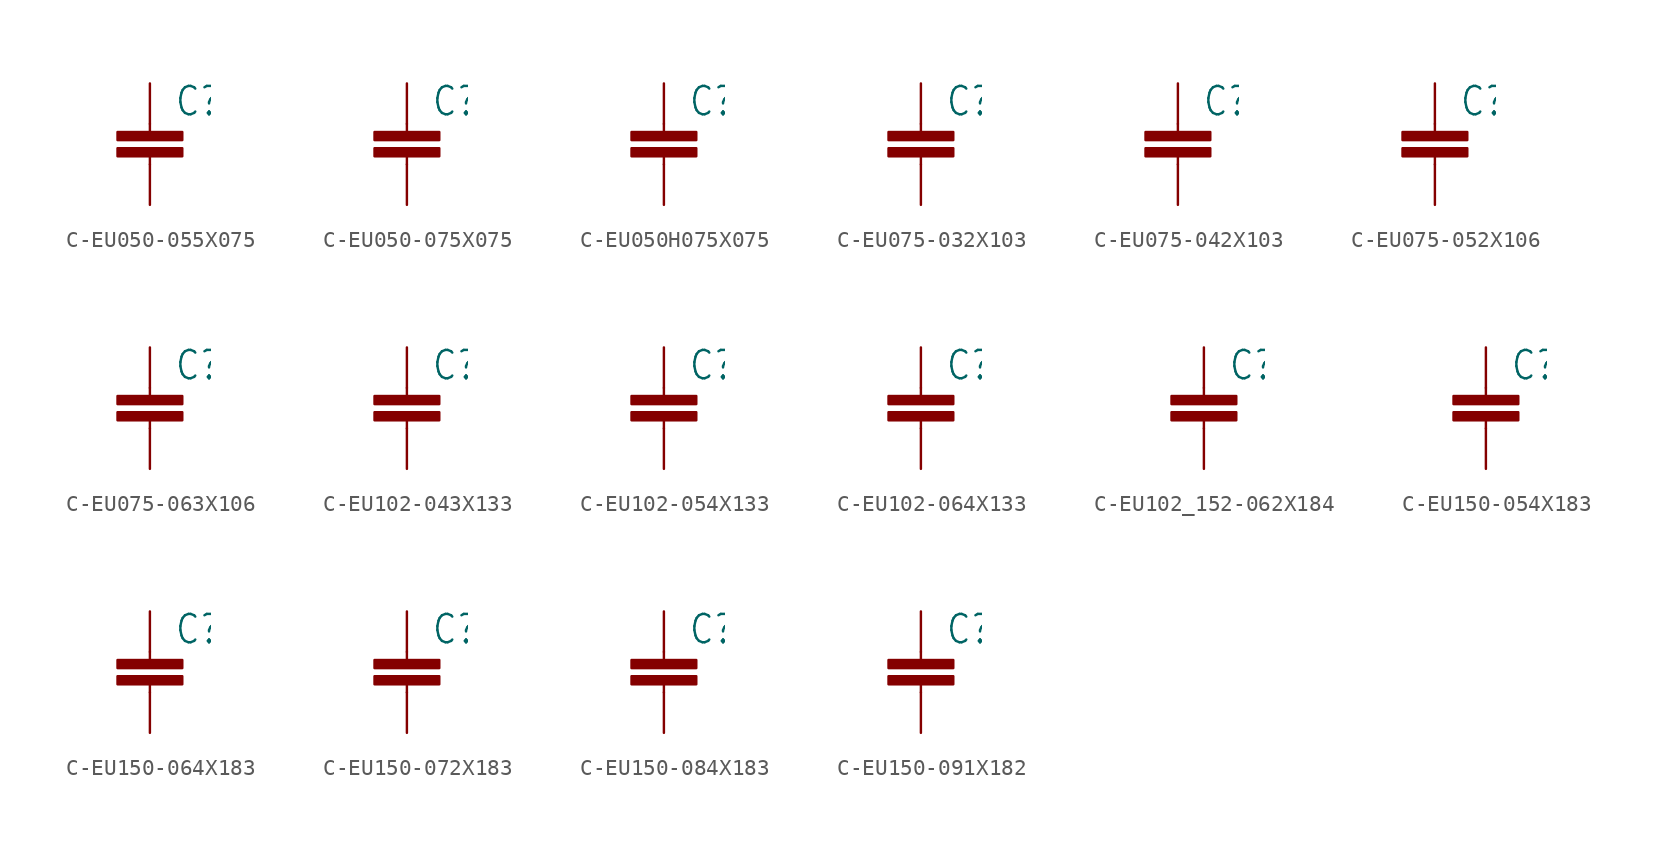
<source format=kicad_sym>
(kicad_symbol_lib
  (version 20231120)
  (generator "kicad_symbol_editor")
  (generator_version "8.0")
  (symbol "C-EU050-055X075"
    (property "Reference" "C"
      (at 1.524 0.381 0)
      (effects (font (size 1.778 1.511)) (justify left bottom)))
    (property "Value" ""
      (at 1.524 -4.699 0)
      (effects (font (size 1.778 1.511)) (justify left bottom)))
    (property "ki_locked" ""
      (at 0 0 0)
      (effects (font (size 1.27 1.27))))
    (symbol "C-EU050-055X075_1_0"
      (rectangle (start -2.032 -2.032) (end 2.032 -1.524) (stroke (width 0) (type default)) (fill (type outline)))
      (rectangle (start -2.032 -1.016) (end 2.032 -0.508) (stroke (width 0) (type default)) (fill (type outline)))
      (polyline (pts (xy 0 -2.54) (xy 0 -2.032)) (stroke (width 0.152) (type solid)) (fill (type none)))
      (polyline (pts (xy 0 0) (xy 0 -0.508)) (stroke (width 0.152) (type solid)) (fill (type none)))
      (pin passive line (at 0 2.54 270) (length 2.54) (name "1" (effects (font (size 0 0)))) (number "1" (effects (font (size 0 0)))))
      (pin passive line (at 0 -5.08 90) (length 2.54) (name "2" (effects (font (size 0 0)))) (number "2" (effects (font (size 0 0)))))))
  (symbol "C-EU050-075X075"
    (property "Reference" "C"
      (at 1.524 0.381 0)
      (effects (font (size 1.778 1.511)) (justify left bottom)))
    (property "Value" ""
      (at 1.524 -4.699 0)
      (effects (font (size 1.778 1.511)) (justify left bottom)))
    (property "ki_locked" ""
      (at 0 0 0)
      (effects (font (size 1.27 1.27))))
    (symbol "C-EU050-075X075_1_0"
      (rectangle (start -2.032 -2.032) (end 2.032 -1.524) (stroke (width 0) (type default)) (fill (type outline)))
      (rectangle (start -2.032 -1.016) (end 2.032 -0.508) (stroke (width 0) (type default)) (fill (type outline)))
      (polyline (pts (xy 0 -2.54) (xy 0 -2.032)) (stroke (width 0.152) (type solid)) (fill (type none)))
      (polyline (pts (xy 0 0) (xy 0 -0.508)) (stroke (width 0.152) (type solid)) (fill (type none)))
      (pin passive line (at 0 2.54 270) (length 2.54) (name "1" (effects (font (size 0 0)))) (number "1" (effects (font (size 0 0)))))
      (pin passive line (at 0 -5.08 90) (length 2.54) (name "2" (effects (font (size 0 0)))) (number "2" (effects (font (size 0 0)))))))
  (symbol "C-EU050H075X075"
    (property "Reference" "C"
      (at 1.524 0.381 0)
      (effects (font (size 1.778 1.511)) (justify left bottom)))
    (property "Value" ""
      (at 1.524 -4.699 0)
      (effects (font (size 1.778 1.511)) (justify left bottom)))
    (property "ki_locked" ""
      (at 0 0 0)
      (effects (font (size 1.27 1.27))))
    (symbol "C-EU050H075X075_1_0"
      (rectangle (start -2.032 -2.032) (end 2.032 -1.524) (stroke (width 0) (type default)) (fill (type outline)))
      (rectangle (start -2.032 -1.016) (end 2.032 -0.508) (stroke (width 0) (type default)) (fill (type outline)))
      (polyline (pts (xy 0 -2.54) (xy 0 -2.032)) (stroke (width 0.152) (type solid)) (fill (type none)))
      (polyline (pts (xy 0 0) (xy 0 -0.508)) (stroke (width 0.152) (type solid)) (fill (type none)))
      (pin passive line (at 0 2.54 270) (length 2.54) (name "1" (effects (font (size 0 0)))) (number "1" (effects (font (size 0 0)))))
      (pin passive line (at 0 -5.08 90) (length 2.54) (name "2" (effects (font (size 0 0)))) (number "2" (effects (font (size 0 0)))))))
  (symbol "C-EU075-032X103"
    (property "Reference" "C"
      (at 1.524 0.381 0)
      (effects (font (size 1.778 1.511)) (justify left bottom)))
    (property "Value" ""
      (at 1.524 -4.699 0)
      (effects (font (size 1.778 1.511)) (justify left bottom)))
    (property "ki_locked" ""
      (at 0 0 0)
      (effects (font (size 1.27 1.27))))
    (symbol "C-EU075-032X103_1_0"
      (rectangle (start -2.032 -2.032) (end 2.032 -1.524) (stroke (width 0) (type default)) (fill (type outline)))
      (rectangle (start -2.032 -1.016) (end 2.032 -0.508) (stroke (width 0) (type default)) (fill (type outline)))
      (polyline (pts (xy 0 -2.54) (xy 0 -2.032)) (stroke (width 0.152) (type solid)) (fill (type none)))
      (polyline (pts (xy 0 0) (xy 0 -0.508)) (stroke (width 0.152) (type solid)) (fill (type none)))
      (pin passive line (at 0 2.54 270) (length 2.54) (name "1" (effects (font (size 0 0)))) (number "1" (effects (font (size 0 0)))))
      (pin passive line (at 0 -5.08 90) (length 2.54) (name "2" (effects (font (size 0 0)))) (number "2" (effects (font (size 0 0)))))))
  (symbol "C-EU075-042X103"
    (property "Reference" "C"
      (at 1.524 0.381 0)
      (effects (font (size 1.778 1.511)) (justify left bottom)))
    (property "Value" ""
      (at 1.524 -4.699 0)
      (effects (font (size 1.778 1.511)) (justify left bottom)))
    (property "ki_locked" ""
      (at 0 0 0)
      (effects (font (size 1.27 1.27))))
    (symbol "C-EU075-042X103_1_0"
      (rectangle (start -2.032 -2.032) (end 2.032 -1.524) (stroke (width 0) (type default)) (fill (type outline)))
      (rectangle (start -2.032 -1.016) (end 2.032 -0.508) (stroke (width 0) (type default)) (fill (type outline)))
      (polyline (pts (xy 0 -2.54) (xy 0 -2.032)) (stroke (width 0.152) (type solid)) (fill (type none)))
      (polyline (pts (xy 0 0) (xy 0 -0.508)) (stroke (width 0.152) (type solid)) (fill (type none)))
      (pin passive line (at 0 2.54 270) (length 2.54) (name "1" (effects (font (size 0 0)))) (number "1" (effects (font (size 0 0)))))
      (pin passive line (at 0 -5.08 90) (length 2.54) (name "2" (effects (font (size 0 0)))) (number "2" (effects (font (size 0 0)))))))
  (symbol "C-EU075-052X106"
    (property "Reference" "C"
      (at 1.524 0.381 0)
      (effects (font (size 1.778 1.511)) (justify left bottom)))
    (property "Value" ""
      (at 1.524 -4.699 0)
      (effects (font (size 1.778 1.511)) (justify left bottom)))
    (property "ki_locked" ""
      (at 0 0 0)
      (effects (font (size 1.27 1.27))))
    (symbol "C-EU075-052X106_1_0"
      (rectangle (start -2.032 -2.032) (end 2.032 -1.524) (stroke (width 0) (type default)) (fill (type outline)))
      (rectangle (start -2.032 -1.016) (end 2.032 -0.508) (stroke (width 0) (type default)) (fill (type outline)))
      (polyline (pts (xy 0 -2.54) (xy 0 -2.032)) (stroke (width 0.152) (type solid)) (fill (type none)))
      (polyline (pts (xy 0 0) (xy 0 -0.508)) (stroke (width 0.152) (type solid)) (fill (type none)))
      (pin passive line (at 0 2.54 270) (length 2.54) (name "1" (effects (font (size 0 0)))) (number "1" (effects (font (size 0 0)))))
      (pin passive line (at 0 -5.08 90) (length 2.54) (name "2" (effects (font (size 0 0)))) (number "2" (effects (font (size 0 0)))))))
  (symbol "C-EU075-063X106"
    (property "Reference" "C"
      (at 1.524 0.381 0)
      (effects (font (size 1.778 1.511)) (justify left bottom)))
    (property "Value" ""
      (at 1.524 -4.699 0)
      (effects (font (size 1.778 1.511)) (justify left bottom)))
    (property "ki_locked" ""
      (at 0 0 0)
      (effects (font (size 1.27 1.27))))
    (symbol "C-EU075-063X106_1_0"
      (rectangle (start -2.032 -2.032) (end 2.032 -1.524) (stroke (width 0) (type default)) (fill (type outline)))
      (rectangle (start -2.032 -1.016) (end 2.032 -0.508) (stroke (width 0) (type default)) (fill (type outline)))
      (polyline (pts (xy 0 -2.54) (xy 0 -2.032)) (stroke (width 0.152) (type solid)) (fill (type none)))
      (polyline (pts (xy 0 0) (xy 0 -0.508)) (stroke (width 0.152) (type solid)) (fill (type none)))
      (pin passive line (at 0 2.54 270) (length 2.54) (name "1" (effects (font (size 0 0)))) (number "1" (effects (font (size 0 0)))))
      (pin passive line (at 0 -5.08 90) (length 2.54) (name "2" (effects (font (size 0 0)))) (number "2" (effects (font (size 0 0)))))))
  (symbol "C-EU102-043X133"
    (property "Reference" "C"
      (at 1.524 0.381 0)
      (effects (font (size 1.778 1.511)) (justify left bottom)))
    (property "Value" ""
      (at 1.524 -4.699 0)
      (effects (font (size 1.778 1.511)) (justify left bottom)))
    (property "ki_locked" ""
      (at 0 0 0)
      (effects (font (size 1.27 1.27))))
    (symbol "C-EU102-043X133_1_0"
      (rectangle (start -2.032 -2.032) (end 2.032 -1.524) (stroke (width 0) (type default)) (fill (type outline)))
      (rectangle (start -2.032 -1.016) (end 2.032 -0.508) (stroke (width 0) (type default)) (fill (type outline)))
      (polyline (pts (xy 0 -2.54) (xy 0 -2.032)) (stroke (width 0.152) (type solid)) (fill (type none)))
      (polyline (pts (xy 0 0) (xy 0 -0.508)) (stroke (width 0.152) (type solid)) (fill (type none)))
      (pin passive line (at 0 2.54 270) (length 2.54) (name "1" (effects (font (size 0 0)))) (number "1" (effects (font (size 0 0)))))
      (pin passive line (at 0 -5.08 90) (length 2.54) (name "2" (effects (font (size 0 0)))) (number "2" (effects (font (size 0 0)))))))
  (symbol "C-EU102-054X133"
    (property "Reference" "C"
      (at 1.524 0.381 0)
      (effects (font (size 1.778 1.511)) (justify left bottom)))
    (property "Value" ""
      (at 1.524 -4.699 0)
      (effects (font (size 1.778 1.511)) (justify left bottom)))
    (property "ki_locked" ""
      (at 0 0 0)
      (effects (font (size 1.27 1.27))))
    (symbol "C-EU102-054X133_1_0"
      (rectangle (start -2.032 -2.032) (end 2.032 -1.524) (stroke (width 0) (type default)) (fill (type outline)))
      (rectangle (start -2.032 -1.016) (end 2.032 -0.508) (stroke (width 0) (type default)) (fill (type outline)))
      (polyline (pts (xy 0 -2.54) (xy 0 -2.032)) (stroke (width 0.152) (type solid)) (fill (type none)))
      (polyline (pts (xy 0 0) (xy 0 -0.508)) (stroke (width 0.152) (type solid)) (fill (type none)))
      (pin passive line (at 0 2.54 270) (length 2.54) (name "1" (effects (font (size 0 0)))) (number "1" (effects (font (size 0 0)))))
      (pin passive line (at 0 -5.08 90) (length 2.54) (name "2" (effects (font (size 0 0)))) (number "2" (effects (font (size 0 0)))))))
  (symbol "C-EU102-064X133"
    (property "Reference" "C"
      (at 1.524 0.381 0)
      (effects (font (size 1.778 1.511)) (justify left bottom)))
    (property "Value" ""
      (at 1.524 -4.699 0)
      (effects (font (size 1.778 1.511)) (justify left bottom)))
    (property "ki_locked" ""
      (at 0 0 0)
      (effects (font (size 1.27 1.27))))
    (symbol "C-EU102-064X133_1_0"
      (rectangle (start -2.032 -2.032) (end 2.032 -1.524) (stroke (width 0) (type default)) (fill (type outline)))
      (rectangle (start -2.032 -1.016) (end 2.032 -0.508) (stroke (width 0) (type default)) (fill (type outline)))
      (polyline (pts (xy 0 -2.54) (xy 0 -2.032)) (stroke (width 0.152) (type solid)) (fill (type none)))
      (polyline (pts (xy 0 0) (xy 0 -0.508)) (stroke (width 0.152) (type solid)) (fill (type none)))
      (pin passive line (at 0 2.54 270) (length 2.54) (name "1" (effects (font (size 0 0)))) (number "1" (effects (font (size 0 0)))))
      (pin passive line (at 0 -5.08 90) (length 2.54) (name "2" (effects (font (size 0 0)))) (number "2" (effects (font (size 0 0)))))))
  (symbol "C-EU102_152-062X184"
    (property "Reference" "C"
      (at 1.524 0.381 0)
      (effects (font (size 1.778 1.511)) (justify left bottom)))
    (property "Value" ""
      (at 1.524 -4.699 0)
      (effects (font (size 1.778 1.511)) (justify left bottom)))
    (property "ki_locked" ""
      (at 0 0 0)
      (effects (font (size 1.27 1.27))))
    (symbol "C-EU102_152-062X184_1_0"
      (rectangle (start -2.032 -2.032) (end 2.032 -1.524) (stroke (width 0) (type default)) (fill (type outline)))
      (rectangle (start -2.032 -1.016) (end 2.032 -0.508) (stroke (width 0) (type default)) (fill (type outline)))
      (polyline (pts (xy 0 -2.54) (xy 0 -2.032)) (stroke (width 0.152) (type solid)) (fill (type none)))
      (polyline (pts (xy 0 0) (xy 0 -0.508)) (stroke (width 0.152) (type solid)) (fill (type none)))
      (pin passive line (at 0 2.54 270) (length 2.54) (name "1" (effects (font (size 0 0)))) (number "1" (effects (font (size 0 0)))))
      (pin passive line (at 0 -5.08 90) (length 2.54) (name "2" (effects (font (size 0 0)))) (number "2" (effects (font (size 0 0)))))))
  (symbol "C-EU150-054X183"
    (property "Reference" "C"
      (at 1.524 0.381 0)
      (effects (font (size 1.778 1.511)) (justify left bottom)))
    (property "Value" ""
      (at 1.524 -4.699 0)
      (effects (font (size 1.778 1.511)) (justify left bottom)))
    (property "ki_locked" ""
      (at 0 0 0)
      (effects (font (size 1.27 1.27))))
    (symbol "C-EU150-054X183_1_0"
      (rectangle (start -2.032 -2.032) (end 2.032 -1.524) (stroke (width 0) (type default)) (fill (type outline)))
      (rectangle (start -2.032 -1.016) (end 2.032 -0.508) (stroke (width 0) (type default)) (fill (type outline)))
      (polyline (pts (xy 0 -2.54) (xy 0 -2.032)) (stroke (width 0.152) (type solid)) (fill (type none)))
      (polyline (pts (xy 0 0) (xy 0 -0.508)) (stroke (width 0.152) (type solid)) (fill (type none)))
      (pin passive line (at 0 2.54 270) (length 2.54) (name "1" (effects (font (size 0 0)))) (number "1" (effects (font (size 0 0)))))
      (pin passive line (at 0 -5.08 90) (length 2.54) (name "2" (effects (font (size 0 0)))) (number "2" (effects (font (size 0 0)))))))
  (symbol "C-EU150-064X183"
    (property "Reference" "C"
      (at 1.524 0.381 0)
      (effects (font (size 1.778 1.511)) (justify left bottom)))
    (property "Value" ""
      (at 1.524 -4.699 0)
      (effects (font (size 1.778 1.511)) (justify left bottom)))
    (property "ki_locked" ""
      (at 0 0 0)
      (effects (font (size 1.27 1.27))))
    (symbol "C-EU150-064X183_1_0"
      (rectangle (start -2.032 -2.032) (end 2.032 -1.524) (stroke (width 0) (type default)) (fill (type outline)))
      (rectangle (start -2.032 -1.016) (end 2.032 -0.508) (stroke (width 0) (type default)) (fill (type outline)))
      (polyline (pts (xy 0 -2.54) (xy 0 -2.032)) (stroke (width 0.152) (type solid)) (fill (type none)))
      (polyline (pts (xy 0 0) (xy 0 -0.508)) (stroke (width 0.152) (type solid)) (fill (type none)))
      (pin passive line (at 0 2.54 270) (length 2.54) (name "1" (effects (font (size 0 0)))) (number "1" (effects (font (size 0 0)))))
      (pin passive line (at 0 -5.08 90) (length 2.54) (name "2" (effects (font (size 0 0)))) (number "2" (effects (font (size 0 0)))))))
  (symbol "C-EU150-072X183"
    (property "Reference" "C"
      (at 1.524 0.381 0)
      (effects (font (size 1.778 1.511)) (justify left bottom)))
    (property "Value" ""
      (at 1.524 -4.699 0)
      (effects (font (size 1.778 1.511)) (justify left bottom)))
    (property "ki_locked" ""
      (at 0 0 0)
      (effects (font (size 1.27 1.27))))
    (symbol "C-EU150-072X183_1_0"
      (rectangle (start -2.032 -2.032) (end 2.032 -1.524) (stroke (width 0) (type default)) (fill (type outline)))
      (rectangle (start -2.032 -1.016) (end 2.032 -0.508) (stroke (width 0) (type default)) (fill (type outline)))
      (polyline (pts (xy 0 -2.54) (xy 0 -2.032)) (stroke (width 0.152) (type solid)) (fill (type none)))
      (polyline (pts (xy 0 0) (xy 0 -0.508)) (stroke (width 0.152) (type solid)) (fill (type none)))
      (pin passive line (at 0 2.54 270) (length 2.54) (name "1" (effects (font (size 0 0)))) (number "1" (effects (font (size 0 0)))))
      (pin passive line (at 0 -5.08 90) (length 2.54) (name "2" (effects (font (size 0 0)))) (number "2" (effects (font (size 0 0)))))))
  (symbol "C-EU150-084X183"
    (property "Reference" "C"
      (at 1.524 0.381 0)
      (effects (font (size 1.778 1.511)) (justify left bottom)))
    (property "Value" ""
      (at 1.524 -4.699 0)
      (effects (font (size 1.778 1.511)) (justify left bottom)))
    (property "ki_locked" ""
      (at 0 0 0)
      (effects (font (size 1.27 1.27))))
    (symbol "C-EU150-084X183_1_0"
      (rectangle (start -2.032 -2.032) (end 2.032 -1.524) (stroke (width 0) (type default)) (fill (type outline)))
      (rectangle (start -2.032 -1.016) (end 2.032 -0.508) (stroke (width 0) (type default)) (fill (type outline)))
      (polyline (pts (xy 0 -2.54) (xy 0 -2.032)) (stroke (width 0.152) (type solid)) (fill (type none)))
      (polyline (pts (xy 0 0) (xy 0 -0.508)) (stroke (width 0.152) (type solid)) (fill (type none)))
      (pin passive line (at 0 2.54 270) (length 2.54) (name "1" (effects (font (size 0 0)))) (number "1" (effects (font (size 0 0)))))
      (pin passive line (at 0 -5.08 90) (length 2.54) (name "2" (effects (font (size 0 0)))) (number "2" (effects (font (size 0 0)))))))
  (symbol "C-EU150-091X182"
    (property "Reference" "C"
      (at 1.524 0.381 0)
      (effects (font (size 1.778 1.511)) (justify left bottom)))
    (property "Value" ""
      (at 1.524 -4.699 0)
      (effects (font (size 1.778 1.511)) (justify left bottom)))
    (property "ki_locked" ""
      (at 0 0 0)
      (effects (font (size 1.27 1.27))))
    (symbol "C-EU150-091X182_1_0"
      (rectangle (start -2.032 -2.032) (end 2.032 -1.524) (stroke (width 0) (type default)) (fill (type outline)))
      (rectangle (start -2.032 -1.016) (end 2.032 -0.508) (stroke (width 0) (type default)) (fill (type outline)))
      (polyline (pts (xy 0 -2.54) (xy 0 -2.032)) (stroke (width 0.152) (type solid)) (fill (type none)))
      (polyline (pts (xy 0 0) (xy 0 -0.508)) (stroke (width 0.152) (type solid)) (fill (type none)))
      (pin passive line (at 0 2.54 270) (length 2.54) (name "1" (effects (font (size 0 0)))) (number "1" (effects (font (size 0 0)))))
      (pin passive line (at 0 -5.08 90) (length 2.54) (name "2" (effects (font (size 0 0)))) (number "2" (effects (font (size 0 0))))))))
</source>
